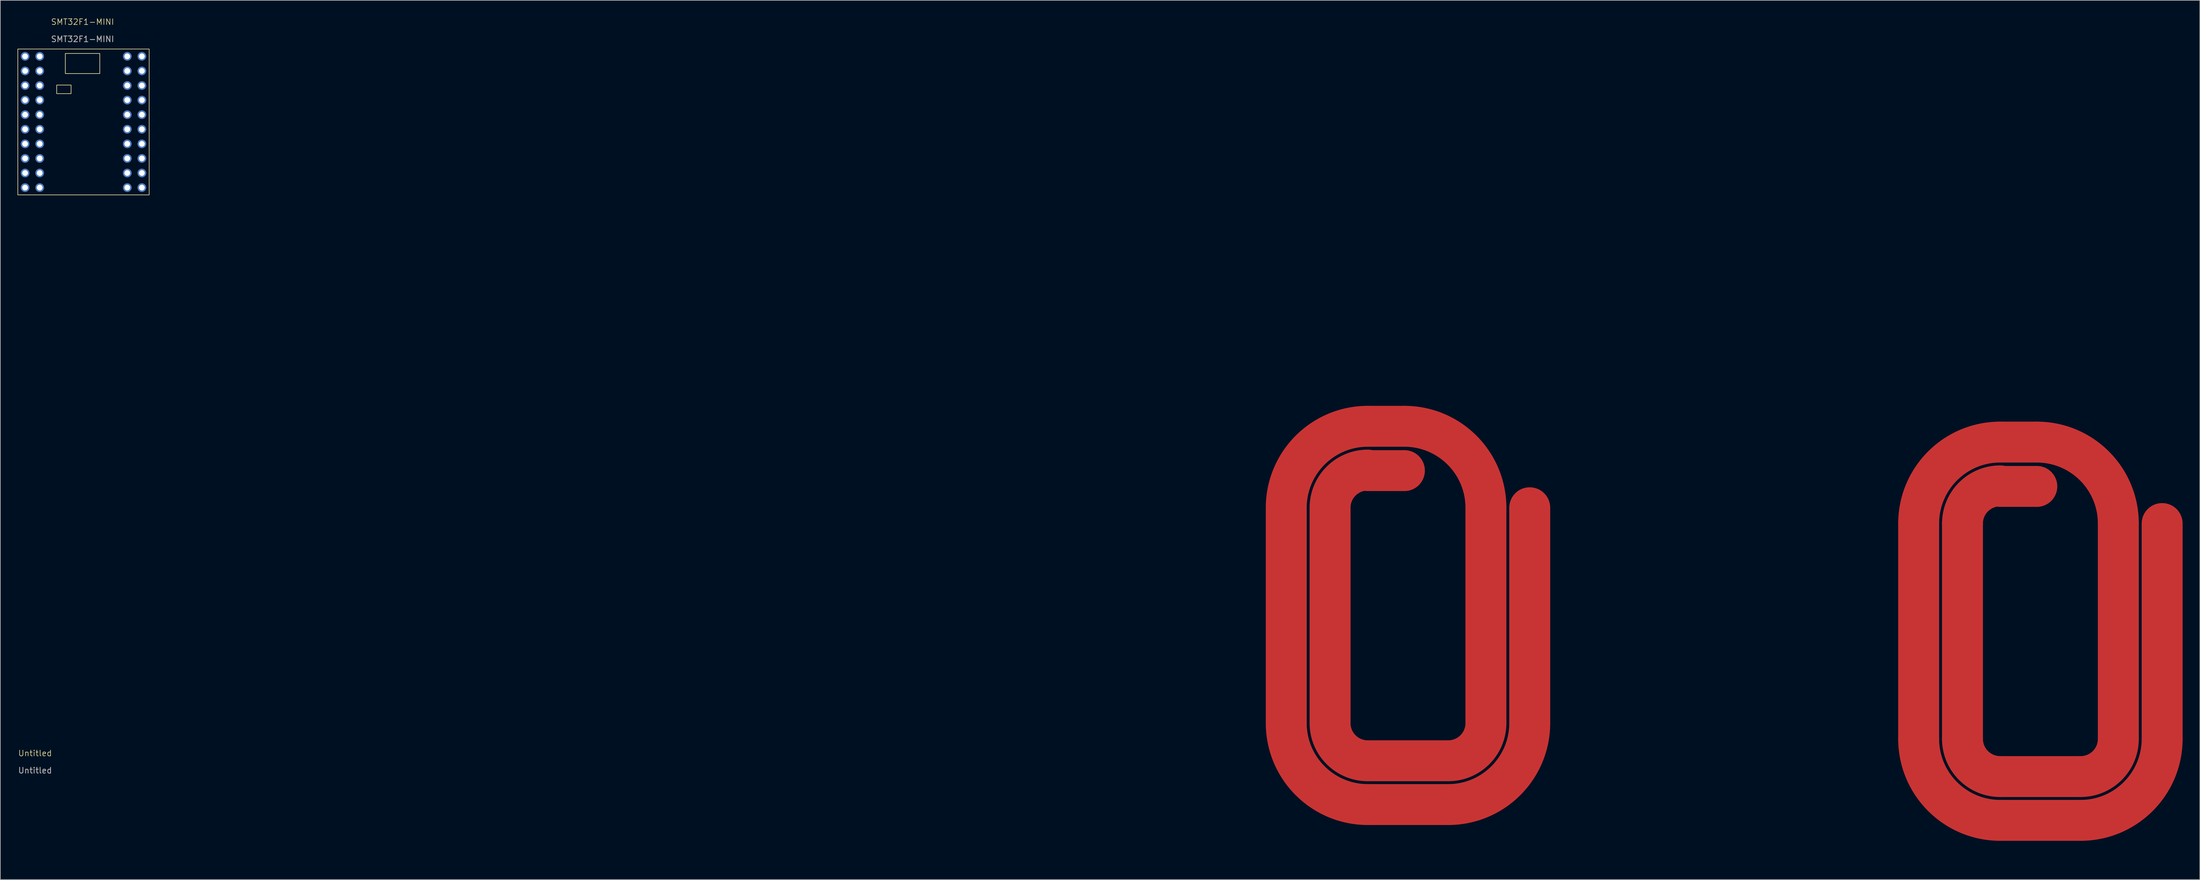
<source format=kicad_pcb>
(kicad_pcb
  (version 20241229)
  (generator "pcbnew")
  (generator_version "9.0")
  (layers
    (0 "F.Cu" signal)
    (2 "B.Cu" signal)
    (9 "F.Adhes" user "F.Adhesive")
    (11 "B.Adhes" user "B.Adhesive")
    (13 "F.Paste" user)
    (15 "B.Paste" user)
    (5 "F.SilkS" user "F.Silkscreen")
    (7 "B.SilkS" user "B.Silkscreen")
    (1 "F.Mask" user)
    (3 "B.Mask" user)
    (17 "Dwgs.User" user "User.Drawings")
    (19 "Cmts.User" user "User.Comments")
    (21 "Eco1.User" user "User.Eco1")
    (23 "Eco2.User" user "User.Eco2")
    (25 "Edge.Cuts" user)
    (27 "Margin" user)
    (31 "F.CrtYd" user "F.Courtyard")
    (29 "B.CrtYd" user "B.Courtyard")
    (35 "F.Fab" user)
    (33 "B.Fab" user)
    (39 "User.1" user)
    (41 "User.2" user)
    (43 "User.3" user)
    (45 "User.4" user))
  (footprint "Untitled"
    (layer "F.Cu")
    (at 3.054 128.626)
    (property "Reference" "Untitled" (at 0 -0.5 0) (unlocked yes) (layer "F.SilkS") (effects (font (size 1 1) (thickness 0.1))))
    (fp_line (start 217.75 -5.75) (end 217.75 -43.25) (stroke (width 7.125) (type solid)) (layer "F.Cu"))
    (fp_line (start 225.375 -5.75) (end 225.375 -43.25) (stroke (width 7.125) (type solid)) (layer "F.Cu"))
    (fp_line (start 231.938 -57.438) (end 238.312 -57.438) (stroke (width 7.125) (type solid)) (layer "F.Cu"))
    (fp_line (start 231.938 -49.718) (end 238.312 -49.718) (stroke (width 7.125) (type solid)) (layer "F.Cu"))
    (fp_line (start 245.938 0.812) (end 231.938 0.812) (stroke (width 7.125) (type solid)) (layer "F.Cu"))
    (fp_line (start 245.938 8.438) (end 231.938 8.438) (stroke (width 7.125) (type solid)) (layer "F.Cu"))
    (fp_line (start 252.5 -43.25) (end 252.5 -5.75) (stroke (width 7.125) (type solid)) (layer "F.Cu"))
    (fp_line (start 260.125 -43.25) (end 260.125 -5.75) (stroke (width 7.125) (type solid)) (layer "F.Cu"))
    (fp_line (start 327.812 -3) (end 327.812 -40.5) (stroke (width 7.125) (type solid)) (layer "F.Cu"))
    (fp_line (start 335.438 -3) (end 335.438 -40.5) (stroke (width 7.125) (type solid)) (layer "F.Cu"))
    (fp_line (start 342 -54.688) (end 348.375 -54.688) (stroke (width 7.125) (type solid)) (layer "F.Cu"))
    (fp_line (start 342 -46.968) (end 348.375 -46.968) (stroke (width 7.125) (type solid)) (layer "F.Cu"))
    (fp_line (start 356 3.562) (end 342 3.562) (stroke (width 7.125) (type solid)) (layer "F.Cu"))
    (fp_line (start 356 11.188) (end 342 11.188) (stroke (width 7.125) (type solid)) (layer "F.Cu"))
    (fp_line (start 362.562 -40.5) (end 362.562 -3) (stroke (width 7.125) (type solid)) (layer "F.Cu"))
    (fp_line (start 370.188 -40.5) (end 370.188 -3) (stroke (width 7.125) (type solid)) (layer "F.Cu"))
    (fp_arc (start 217.75 -43.25) (mid 221.905423 -53.282077) (end 231.9375 -57.4375) (stroke (width 7.125) (type solid)) (layer "F.Cu"))
    (fp_arc (start 225.375 -43.25) (mid 227.297112 -47.890388) (end 231.9375 -49.8125) (stroke (width 7.125) (type solid)) (layer "F.Cu"))
    (fp_arc (start 231.9375 0.8125) (mid 227.297112 -1.109612) (end 225.375 -5.75) (stroke (width 7.125) (type solid)) (layer "F.Cu"))
    (fp_arc (start 231.9375 8.4375) (mid 221.905423 4.282077) (end 217.75 -5.75) (stroke (width 7.125) (type solid)) (layer "F.Cu"))
    (fp_arc (start 238.3125 -57.4375) (mid 248.344577 -53.282077) (end 252.5 -43.25) (stroke (width 7.125) (type solid)) (layer "F.Cu"))
    (fp_arc (start 252.5 -5.75) (mid 250.577888 -1.109612) (end 245.9375 0.8125) (stroke (width 7.125) (type solid)) (layer "F.Cu"))
    (fp_arc (start 260.125 -5.75) (mid 255.969577 4.282077) (end 245.9375 8.4375) (stroke (width 7.125) (type solid)) (layer "F.Cu"))
    (fp_arc (start 327.8125 -40.5) (mid 331.967923 -50.532077) (end 342 -54.6875) (stroke (width 7.125) (type solid)) (layer "F.Cu"))
    (fp_arc (start 335.4375 -40.5) (mid 337.359612 -45.140388) (end 342 -47.0625) (stroke (width 7.125) (type solid)) (layer "F.Cu"))
    (fp_arc (start 342 3.5625) (mid 337.359612 1.640388) (end 335.4375 -3) (stroke (width 7.125) (type solid)) (layer "F.Cu"))
    (fp_arc (start 342 11.1875) (mid 331.967923 7.032077) (end 327.8125 -3) (stroke (width 7.125) (type solid)) (layer "F.Cu"))
    (fp_arc (start 348.375 -54.6875) (mid 358.407077 -50.532077) (end 362.5625 -40.5) (stroke (width 7.125) (type solid)) (layer "F.Cu"))
    (fp_arc (start 362.5625 -3) (mid 360.640388 1.640388) (end 356 3.5625) (stroke (width 7.125) (type solid)) (layer "F.Cu"))
    (fp_arc (start 370.1875 -3) (mid 366.032077 7.032077) (end 356 11.1875) (stroke (width 7.125) (type solid)) (layer "F.Cu"))
    (fp_line (start 56.373 -76.936) (end 56.373 -39.436) (stroke (width 7.125) (type default)) (layer "In1.Cu"))
    (fp_line (start 63.998 -76.936) (end 63.998 -39.436) (stroke (width 7.125) (type default)) (layer "In1.Cu"))
    (fp_line (start 70.561 -32.873) (end 84.561 -32.873) (stroke (width 7.125) (type default)) (layer "In1.Cu"))
    (fp_line (start 70.561 -25.248) (end 84.561 -25.248) (stroke (width 7.125) (type default)) (layer "In1.Cu"))
    (fp_line (start 84.561 -91.123) (end 78.186 -91.123) (stroke (width 7.125) (type default)) (layer "In1.Cu"))
    (fp_line (start 84.748 -83.436) (end 78.373 -83.436) (stroke (width 7.125) (type default)) (layer "In1.Cu"))
    (fp_line (start 91.123 -39.436) (end 91.123 -76.936) (stroke (width 7.125) (type default)) (layer "In1.Cu"))
    (fp_line (start 98.748 -39.436) (end 98.748 -76.936) (stroke (width 7.125) (type default)) (layer "In1.Cu"))
    (fp_line (start 161 -36.75) (end 161 0.75) (stroke (width 7.125) (type default)) (layer "In1.Cu"))
    (fp_line (start 168.625 -36.75) (end 168.625 0.75) (stroke (width 7.125) (type default)) (layer "In1.Cu"))
    (fp_line (start 175.188 7.312) (end 189.188 7.312) (stroke (width 7.125) (type default)) (layer "In1.Cu"))
    (fp_line (start 175.188 14.938) (end 189.188 14.938) (stroke (width 7.125) (type default)) (layer "In1.Cu"))
    (fp_line (start 189.188 -50.938) (end 182.812 -50.938) (stroke (width 7.125) (type default)) (layer "In1.Cu"))
    (fp_line (start 195.75 0.75) (end 195.75 -36.75) (stroke (width 7.125) (type default)) (layer "In1.Cu"))
    (fp_line (start 203.375 0.75) (end 203.375 -36.75) (stroke (width 7.125) (type default)) (layer "In1.Cu"))
    (fp_line (start 272.5 -39.25) (end 272.5 -1.75) (stroke (width 7.125) (type default)) (layer "In1.Cu"))
    (fp_line (start 280.125 -39.25) (end 280.125 -1.75) (stroke (width 7.125) (type default)) (layer "In1.Cu"))
    (fp_line (start 286.688 4.812) (end 300.688 4.812) (stroke (width 7.125) (type default)) (layer "In1.Cu"))
    (fp_line (start 286.688 12.438) (end 300.688 12.438) (stroke (width 7.125) (type default)) (layer "In1.Cu"))
    (fp_line (start 300.688 -53.438) (end 294.312 -53.438) (stroke (width 7.125) (type default)) (layer "In1.Cu"))
    (fp_line (start 307.25 -1.75) (end 307.25 -39.25) (stroke (width 7.125) (type default)) (layer "In1.Cu"))
    (fp_line (start 314.875 -1.75) (end 314.875 -39.25) (stroke (width 7.125) (type default)) (layer "In1.Cu"))
    (fp_arc (start 63.998346 -76.935846) (mid 68.153769 -86.967923) (end 78.185846 -91.123346) (stroke (width 7.125) (type solid)) (layer "In1.Cu"))
    (fp_arc (start 70.560846 -32.873346) (mid 65.920458 -34.795458) (end 63.998346 -39.435846) (stroke (width 7.125) (type solid)) (layer "In1.Cu"))
    (fp_arc (start 70.560846 -25.248346) (mid 60.528769 -29.403769) (end 56.373346 -39.435846) (stroke (width 7.125) (type solid)) (layer "In1.Cu"))
    (fp_arc (start 84.560846 -91.123346) (mid 94.592923 -86.967923) (end 98.748346 -76.935846) (stroke (width 7.125) (type solid)) (layer "In1.Cu"))
    (fp_arc (start 84.560846 -83.498346) (mid 89.201234 -81.576234) (end 91.123346 -76.935846) (stroke (width 7.125) (type solid)) (layer "In1.Cu"))
    (fp_arc (start 91.123346 -39.435846) (mid 89.201234 -34.795458) (end 84.560846 -32.873346) (stroke (width 7.125) (type solid)) (layer "In1.Cu"))
    (fp_arc (start 98.748346 -39.435846) (mid 94.592923 -29.403769) (end 84.560846 -25.248346) (stroke (width 7.125) (type solid)) (layer "In1.Cu"))
    (fp_arc (start 168.625 -36.75) (mid 172.780423 -46.782077) (end 182.8125 -50.9375) (stroke (width 7.125) (type solid)) (layer "In1.Cu"))
    (fp_arc (start 175.1875 7.3125) (mid 170.547112 5.390388) (end 168.625 0.75) (stroke (width 7.125) (type solid)) (layer "In1.Cu"))
    (fp_arc (start 175.1875 14.9375) (mid 165.155423 10.782077) (end 161 0.75) (stroke (width 7.125) (type solid)) (layer "In1.Cu"))
    (fp_arc (start 189.1875 -50.9375) (mid 199.219577 -46.782077) (end 203.375 -36.75) (stroke (width 7.125) (type solid)) (layer "In1.Cu"))
    (fp_arc (start 195.75 0.75) (mid 193.827888 5.390388) (end 189.1875 7.3125) (stroke (width 7.125) (type solid)) (layer "In1.Cu"))
    (fp_arc (start 203.375 0.75) (mid 199.219577 10.782077) (end 189.1875 14.9375) (stroke (width 7.125) (type solid)) (layer "In1.Cu"))
    (fp_arc (start 280.125 -39.25) (mid 284.280423 -49.282077) (end 294.3125 -53.4375) (stroke (width 7.125) (type solid)) (layer "In1.Cu"))
    (fp_arc (start 286.6875 4.8125) (mid 282.047112 2.890388) (end 280.125 -1.75) (stroke (width 7.125) (type solid)) (layer "In1.Cu"))
    (fp_arc (start 286.6875 12.4375) (mid 276.655423 8.282077) (end 272.5 -1.75) (stroke (width 7.125) (type solid)) (layer "In1.Cu"))
    (fp_arc (start 300.6875 -53.4375) (mid 310.719577 -49.282077) (end 314.875 -39.25) (stroke (width 7.125) (type solid)) (layer "In1.Cu"))
    (fp_arc (start 307.25 -1.75) (mid 305.327888 2.890388) (end 300.6875 4.8125) (stroke (width 7.125) (type solid)) (layer "In1.Cu"))
    (fp_arc (start 314.875 -1.75) (mid 310.719577 8.282077) (end 300.6875 12.4375) (stroke (width 7.125) (type solid)) (layer "In1.Cu"))
    (fp_text user "${REFERENCE}" (at 0 2.5 0) (unlocked yes) (layer "F.Fab") (effects (font (size 1 1) (thickness 0.15)))))
  (footprint "SMT32F1-MINI"
    (layer "F.Cu")
    (at 11.32 1.26)
    (property "Reference" "SMT32F1-MINI" (at 0 -0.5 0) (unlocked yes) (layer "F.SilkS") (effects (font (size 1 1) (thickness 0.1))))
    (fp_rect (start -11.27 4.23) (end 11.59 29.63) (stroke (width 0.1) (type default)) (fill no) (layer "F.SilkS"))
    (fp_rect (start -4.5 10.5) (end -2 12) (stroke (width 0.1) (type default)) (fill no) (layer "F.SilkS"))
    (fp_rect (start -3 5) (end 3 8.5) (stroke (width 0.1) (type default)) (fill no) (layer "F.SilkS"))
    (fp_text user "${REFERENCE}" (at 0 2.5 0) (unlocked yes) (layer "F.Fab") (effects (font (size 1 1) (thickness 0.15))))
    (pad "1" thru_hole circle (at -10 5.5) (size 1.508 1.508) (drill 1) (layers "*.Cu" "*.Mask"))
    (pad "2" thru_hole circle (at -10 8.04) (size 1.508 1.508) (drill 1) (layers "*.Cu" "*.Mask"))
    (pad "3" thru_hole circle (at -10 10.58) (size 1.508 1.508) (drill 1) (layers "*.Cu" "*.Mask"))
    (pad "4" thru_hole circle (at -10 13.12) (size 1.508 1.508) (drill 1) (layers "*.Cu" "*.Mask"))
    (pad "5" thru_hole circle (at -10 15.66) (size 1.508 1.508) (drill 1) (layers "*.Cu" "*.Mask"))
    (pad "6" thru_hole circle (at -10 18.2) (size 1.508 1.508) (drill 1) (layers "*.Cu" "*.Mask"))
    (pad "7" thru_hole circle (at -10 20.74) (size 1.508 1.508) (drill 1) (layers "*.Cu" "*.Mask"))
    (pad "8" thru_hole circle (at -10 23.28) (size 1.508 1.508) (drill 1) (layers "*.Cu" "*.Mask"))
    (pad "9" thru_hole circle (at -10 25.82) (size 1.508 1.508) (drill 1) (layers "*.Cu" "*.Mask"))
    (pad "10" thru_hole circle (at -10 28.36) (size 1.508 1.508) (drill 1) (layers "*.Cu" "*.Mask"))
    (pad "11" thru_hole circle (at -7.46 5.5) (size 1.508 1.508) (drill 1) (layers "*.Cu" "*.Mask"))
    (pad "12" thru_hole circle (at -7.46 8.04) (size 1.508 1.508) (drill 1) (layers "*.Cu" "*.Mask"))
    (pad "13" thru_hole circle (at -7.46 10.58) (size 1.508 1.508) (drill 1) (layers "*.Cu" "*.Mask"))
    (pad "14" thru_hole circle (at -7.46 13.12) (size 1.508 1.508) (drill 1) (layers "*.Cu" "*.Mask"))
    (pad "15" thru_hole circle (at -7.46 15.66) (size 1.508 1.508) (drill 1) (layers "*.Cu" "*.Mask"))
    (pad "16" thru_hole circle (at -7.46 18.2) (size 1.508 1.508) (drill 1) (layers "*.Cu" "*.Mask"))
    (pad "17" thru_hole circle (at -7.46 20.74) (size 1.508 1.508) (drill 1) (layers "*.Cu" "*.Mask"))
    (pad "18" thru_hole circle (at -7.46 23.28) (size 1.508 1.508) (drill 1) (layers "*.Cu" "*.Mask"))
    (pad "19" thru_hole circle (at -7.46 25.82) (size 1.508 1.508) (drill 1) (layers "*.Cu" "*.Mask"))
    (pad "20" thru_hole circle (at -7.46 28.36) (size 1.508 1.508) (drill 1) (layers "*.Cu" "*.Mask"))
    (pad "21" thru_hole circle (at 7.78 5.5) (size 1.508 1.508) (drill 1) (layers "*.Cu" "*.Mask"))
    (pad "22" thru_hole circle (at 7.78 8.04) (size 1.508 1.508) (drill 1) (layers "*.Cu" "*.Mask"))
    (pad "23" thru_hole circle (at 7.78 10.58) (size 1.508 1.508) (drill 1) (layers "*.Cu" "*.Mask"))
    (pad "24" thru_hole circle (at 7.78 13.12) (size 1.508 1.508) (drill 1) (layers "*.Cu" "*.Mask"))
    (pad "25" thru_hole circle (at 7.78 15.66) (size 1.508 1.508) (drill 1) (layers "*.Cu" "*.Mask"))
    (pad "26" thru_hole circle (at 7.78 18.2) (size 1.508 1.508) (drill 1) (layers "*.Cu" "*.Mask"))
    (pad "27" thru_hole circle (at 7.78 20.74) (size 1.508 1.508) (drill 1) (layers "*.Cu" "*.Mask"))
    (pad "28" thru_hole circle (at 7.78 23.28) (size 1.508 1.508) (drill 1) (layers "*.Cu" "*.Mask"))
    (pad "29" thru_hole circle (at 7.78 25.82) (size 1.508 1.508) (drill 1) (layers "*.Cu" "*.Mask"))
    (pad "30" thru_hole circle (at 7.78 28.36) (size 1.508 1.508) (drill 1) (layers "*.Cu" "*.Mask"))
    (pad "31" thru_hole circle (at 10.32 5.5) (size 1.508 1.508) (drill 1) (layers "*.Cu" "*.Mask"))
    (pad "32" thru_hole circle (at 10.32 8.04) (size 1.508 1.508) (drill 1) (layers "*.Cu" "*.Mask"))
    (pad "33" thru_hole circle (at 10.32 10.58) (size 1.508 1.508) (drill 1) (layers "*.Cu" "*.Mask"))
    (pad "34" thru_hole circle (at 10.32 13.12) (size 1.508 1.508) (drill 1) (layers "*.Cu" "*.Mask"))
    (pad "35" thru_hole circle (at 10.32 15.66) (size 1.508 1.508) (drill 1) (layers "*.Cu" "*.Mask"))
    (pad "36" thru_hole circle (at 10.32 18.2) (size 1.508 1.508) (drill 1) (layers "*.Cu" "*.Mask"))
    (pad "37" thru_hole circle (at 10.32 20.74) (size 1.508 1.508) (drill 1) (layers "*.Cu" "*.Mask"))
    (pad "38" thru_hole circle (at 10.32 23.28) (size 1.508 1.508) (drill 1) (layers "*.Cu" "*.Mask"))
    (pad "39" thru_hole circle (at 10.32 25.82) (size 1.508 1.508) (drill 1) (layers "*.Cu" "*.Mask"))
    (pad "40" thru_hole circle (at 10.32 28.36) (size 1.508 1.508) (drill 1) (layers "*.Cu" "*.Mask")))
  (gr_rect
    (start -3 -3)
    (end 379.804 150.126)
    (stroke (width 0.1) (type default))
    (fill no)
    (layer "Edge.Cuts")))
</source>
